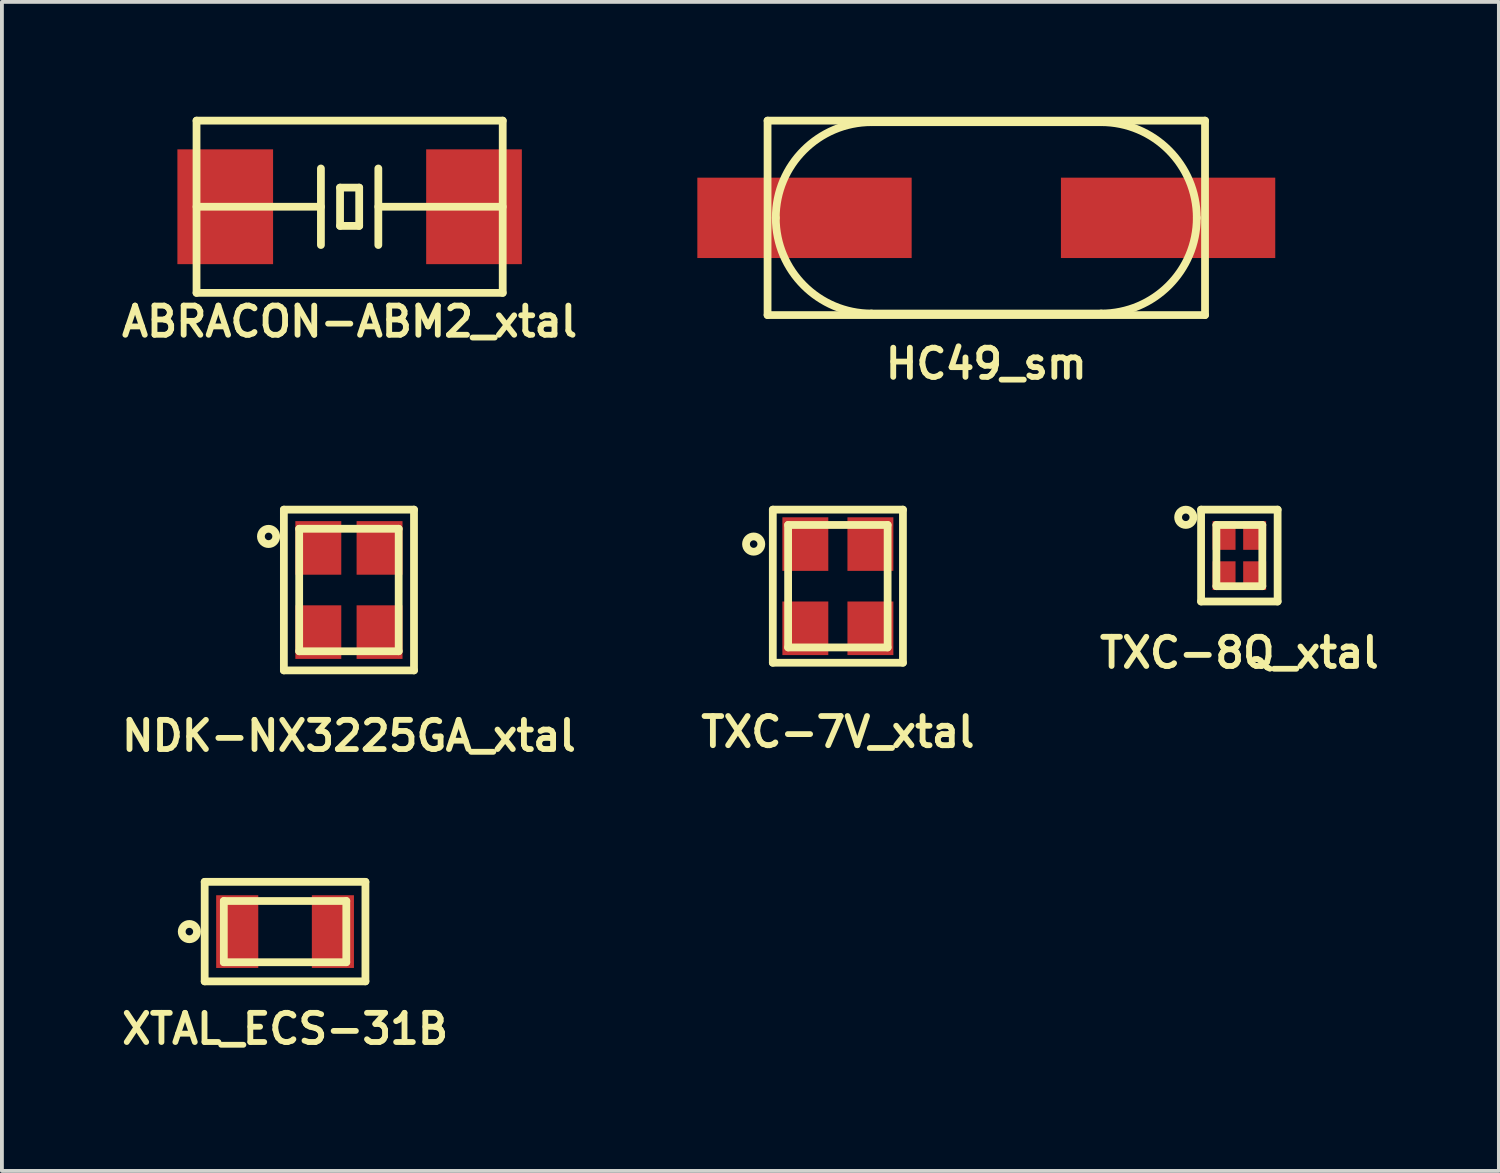
<source format=kicad_pcb>
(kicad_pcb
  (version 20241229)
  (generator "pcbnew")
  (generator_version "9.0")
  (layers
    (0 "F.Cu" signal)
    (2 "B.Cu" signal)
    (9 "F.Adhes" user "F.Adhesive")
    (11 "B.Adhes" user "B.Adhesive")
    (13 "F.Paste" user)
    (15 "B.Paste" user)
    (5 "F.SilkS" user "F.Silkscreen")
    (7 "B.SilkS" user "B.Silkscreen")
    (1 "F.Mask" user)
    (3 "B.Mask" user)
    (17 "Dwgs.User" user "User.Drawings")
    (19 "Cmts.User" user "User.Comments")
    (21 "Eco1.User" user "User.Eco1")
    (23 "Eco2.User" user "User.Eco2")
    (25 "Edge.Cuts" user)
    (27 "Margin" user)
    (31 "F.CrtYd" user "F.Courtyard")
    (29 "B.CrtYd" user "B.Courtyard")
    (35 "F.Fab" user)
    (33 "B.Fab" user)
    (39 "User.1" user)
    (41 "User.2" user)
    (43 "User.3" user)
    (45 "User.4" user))
  (footprint "NDK-NX3225GA_xtal"
    (layer "F.Cu")
    (at 6.067 12.366)
    (property "Reference" "NDK-NX3225GA_xtal" (at 0 3.81 0) (layer "F.SilkS") (effects (font (size 0.762 0.762) (thickness 0.152))))
    (attr smd)
    (fp_line (start -1.7 -2.1) (end -1.7 2.1) (stroke (width 0.203) (type solid)) (layer "F.SilkS"))
    (fp_line (start -1.7 2.1) (end 1.7 2.1) (stroke (width 0.203) (type solid)) (layer "F.SilkS"))
    (fp_line (start -1.3 -1.6) (end -1.3 1.6) (stroke (width 0.203) (type solid)) (layer "F.SilkS"))
    (fp_line (start -1.3 1.6) (end 1.3 1.6) (stroke (width 0.203) (type solid)) (layer "F.SilkS"))
    (fp_line (start 1.3 -1.6) (end -1.3 -1.6) (stroke (width 0.203) (type solid)) (layer "F.SilkS"))
    (fp_line (start 1.3 1.6) (end 1.3 -1.6) (stroke (width 0.203) (type solid)) (layer "F.SilkS"))
    (fp_line (start 1.7 -2.1) (end -1.7 -2.1) (stroke (width 0.203) (type solid)) (layer "F.SilkS"))
    (fp_line (start 1.7 2.1) (end 1.7 -2.1) (stroke (width 0.203) (type solid)) (layer "F.SilkS"))
    (fp_circle (center -2.1 -1.4) (end -1.9 -1.4) (stroke (width 0.203) (type solid)) (fill no) (layer "F.SilkS"))
    (pad "" smd rect (at -0.8 1.1 90) (size 1.4 1.2) (layers "F.Cu" "F.Mask" "F.Paste"))
    (pad "" smd rect (at 0.8 -1.1 90) (size 1.4 1.2) (layers "F.Cu" "F.Mask" "F.Paste"))
    (pad "1" smd rect (at -0.8 -1.1 90) (size 1.4 1.2) (layers "F.Cu" "F.Mask" "F.Paste"))
    (pad "2" smd rect (at 0.8 1.1 90) (size 1.4 1.2) (layers "F.Cu" "F.Mask" "F.Paste")))
  (footprint "HC49_sm"
    (layer "F.Cu")
    (at 22.72 2.642)
    (property "Reference" "HC49_sm" (at 0 3.81 0) (layer "F.SilkS") (effects (font (size 0.762 0.762) (thickness 0.152))))
    (attr smd)
    (fp_line (start -5.715 -2.54) (end 5.715 -2.54) (stroke (width 0.203) (type solid)) (layer "F.SilkS"))
    (fp_line (start -5.715 2.54) (end -5.715 -2.54) (stroke (width 0.203) (type solid)) (layer "F.SilkS"))
    (fp_line (start -3 -2.5) (end 3 -2.5) (stroke (width 0.203) (type solid)) (layer "F.SilkS"))
    (fp_line (start 3 2.5) (end -3 2.5) (stroke (width 0.203) (type solid)) (layer "F.SilkS"))
    (fp_line (start 5.715 -2.54) (end 5.715 2.54) (stroke (width 0.203) (type solid)) (layer "F.SilkS"))
    (fp_line (start 5.715 2.54) (end -5.715 2.54) (stroke (width 0.203) (type solid)) (layer "F.SilkS"))
    (fp_arc (start -5.5 0) (mid -4.767767 -1.767767) (end -3 -2.5) (stroke (width 0.2032) (type solid)) (layer "F.SilkS"))
    (fp_arc (start -3 2.5) (mid -4.767767 1.767767) (end -5.5 0) (stroke (width 0.2032) (type solid)) (layer "F.SilkS"))
    (fp_arc (start 3 -2.5) (mid 4.767767 -1.767767) (end 5.5 0) (stroke (width 0.2032) (type solid)) (layer "F.SilkS"))
    (fp_arc (start 5.5 0) (mid 4.767767 1.767767) (end 3 2.5) (stroke (width 0.2032) (type solid)) (layer "F.SilkS"))
    (pad "1" smd rect (at -4.75 0) (size 5.6 2.1) (layers "F.Cu" "F.Mask" "F.Paste"))
    (pad "2" smd rect (at 4.75 0) (size 5.6 2.1) (layers "F.Cu" "F.Mask" "F.Paste")))
  (footprint "ABRACON-ABM2_xtal"
    (layer "F.Cu")
    (at 6.085 2.352)
    (property "Reference" "ABRACON-ABM2_xtal" (at 0 3 0) (layer "F.SilkS") (effects (font (size 0.762 0.762) (thickness 0.152))))
    (attr smd)
    (fp_line (start -4 -2.25) (end -4 2.25) (stroke (width 0.203) (type solid)) (layer "F.SilkS"))
    (fp_line (start -4 2.25) (end 4 2.25) (stroke (width 0.203) (type solid)) (layer "F.SilkS"))
    (fp_line (start -0.75 -1) (end -0.75 1) (stroke (width 0.203) (type solid)) (layer "F.SilkS"))
    (fp_line (start -0.75 0) (end -4 0) (stroke (width 0.203) (type solid)) (layer "F.SilkS"))
    (fp_line (start -0.25 -0.5) (end -0.25 0.5) (stroke (width 0.203) (type solid)) (layer "F.SilkS"))
    (fp_line (start -0.25 0.5) (end 0.25 0.5) (stroke (width 0.203) (type solid)) (layer "F.SilkS"))
    (fp_line (start 0.25 -0.5) (end -0.25 -0.5) (stroke (width 0.203) (type solid)) (layer "F.SilkS"))
    (fp_line (start 0.25 0.5) (end 0.25 -0.5) (stroke (width 0.203) (type solid)) (layer "F.SilkS"))
    (fp_line (start 0.75 -1) (end 0.75 1) (stroke (width 0.203) (type solid)) (layer "F.SilkS"))
    (fp_line (start 0.75 0) (end 4 0) (stroke (width 0.203) (type solid)) (layer "F.SilkS"))
    (fp_line (start 4 -2.25) (end -4 -2.25) (stroke (width 0.203) (type solid)) (layer "F.SilkS"))
    (fp_line (start 4 2.25) (end 4 -2.25) (stroke (width 0.203) (type solid)) (layer "F.SilkS"))
    (pad "1" smd rect (at -3.25 0) (size 2.5 3) (layers "F.Cu" "F.Mask" "F.Paste"))
    (pad "2" smd rect (at 3.25 0) (size 2.5 3) (layers "F.Cu" "F.Mask" "F.Paste")))
  (footprint "TXC-8Q_xtal"
    (layer "F.Cu")
    (at 29.332 11.466)
    (property "Reference" "TXC-8Q_xtal" (at 0 2.54 0) (layer "F.SilkS") (effects (font (size 0.762 0.762) (thickness 0.152))))
    (attr smd)
    (fp_line (start -1 -1.2) (end -1 1.2) (stroke (width 0.203) (type solid)) (layer "F.SilkS"))
    (fp_line (start -1 1.2) (end 1 1.2) (stroke (width 0.203) (type solid)) (layer "F.SilkS"))
    (fp_line (start -0.6 -0.8) (end -0.6 0.8) (stroke (width 0.203) (type solid)) (layer "F.SilkS"))
    (fp_line (start -0.6 0.8) (end 0.6 0.8) (stroke (width 0.203) (type solid)) (layer "F.SilkS"))
    (fp_line (start 0.6 -0.8) (end -0.6 -0.8) (stroke (width 0.203) (type solid)) (layer "F.SilkS"))
    (fp_line (start 0.6 0.8) (end 0.6 -0.8) (stroke (width 0.203) (type solid)) (layer "F.SilkS"))
    (fp_line (start 1 -1.2) (end -1 -1.2) (stroke (width 0.203) (type solid)) (layer "F.SilkS"))
    (fp_line (start 1 1.2) (end 1 -1.2) (stroke (width 0.203) (type solid)) (layer "F.SilkS"))
    (fp_circle (center -1.4 -1) (end -1.2 -1) (stroke (width 0.203) (type solid)) (fill no) (layer "F.SilkS"))
    (pad "" smd rect (at -0.4 0.525 90) (size 0.75 0.6) (layers "F.Cu" "F.Mask" "F.Paste"))
    (pad "" smd rect (at 0.4 -0.525 90) (size 0.75 0.6) (layers "F.Cu" "F.Mask" "F.Paste"))
    (pad "1" smd rect (at -0.4 -0.525 90) (size 0.75 0.6) (layers "F.Cu" "F.Mask" "F.Paste"))
    (pad "2" smd rect (at 0.4 0.525 90) (size 0.75 0.6) (layers "F.Cu" "F.Mask" "F.Paste")))
  (footprint "XTAL_ECS-31B"
    (layer "F.Cu")
    (at 4.398 21.291)
    (property "Reference" "XTAL_ECS-31B" (at 0 2.54 0) (layer "F.SilkS") (effects (font (size 0.762 0.762) (thickness 0.152))))
    (attr smd)
    (fp_line (start -2.1 -1.3) (end -2.1 1.3) (stroke (width 0.203) (type solid)) (layer "F.SilkS"))
    (fp_line (start -2.1 1.3) (end 2.1 1.3) (stroke (width 0.203) (type solid)) (layer "F.SilkS"))
    (fp_line (start -1.6 -0.8) (end 1.6 -0.8) (stroke (width 0.203) (type solid)) (layer "F.SilkS"))
    (fp_line (start -1.6 0.8) (end -1.6 -0.8) (stroke (width 0.203) (type solid)) (layer "F.SilkS"))
    (fp_line (start 1.6 -0.8) (end 1.6 0.8) (stroke (width 0.203) (type solid)) (layer "F.SilkS"))
    (fp_line (start 1.6 0.8) (end -1.6 0.8) (stroke (width 0.203) (type solid)) (layer "F.SilkS"))
    (fp_line (start 2.1 -1.3) (end -2.1 -1.3) (stroke (width 0.203) (type solid)) (layer "F.SilkS"))
    (fp_line (start 2.1 1.3) (end 2.1 -1.3) (stroke (width 0.203) (type solid)) (layer "F.SilkS"))
    (fp_circle (center -2.5 0) (end -2.3 0) (stroke (width 0.203) (type solid)) (fill no) (layer "F.SilkS"))
    (pad "1" smd rect (at -1.25 0 90) (size 1.9 1.1) (layers "F.Cu" "F.Mask" "F.Paste"))
    (pad "2" smd rect (at 1.25 0 90) (size 1.9 1.1) (layers "F.Cu" "F.Mask" "F.Paste")))
  (footprint "TXC-7V_xtal"
    (layer "F.Cu")
    (at 18.842 12.266)
    (property "Reference" "TXC-7V_xtal" (at 0 3.81 0) (layer "F.SilkS") (effects (font (size 0.762 0.762) (thickness 0.152))))
    (attr smd)
    (fp_line (start -1.7 -2) (end -1.7 2) (stroke (width 0.203) (type solid)) (layer "F.SilkS"))
    (fp_line (start -1.7 2) (end 1.7 2) (stroke (width 0.203) (type solid)) (layer "F.SilkS"))
    (fp_line (start -1.3 -1.6) (end -1.3 1.6) (stroke (width 0.203) (type solid)) (layer "F.SilkS"))
    (fp_line (start -1.3 1.6) (end 1.3 1.6) (stroke (width 0.203) (type solid)) (layer "F.SilkS"))
    (fp_line (start 1.3 -1.6) (end -1.3 -1.6) (stroke (width 0.203) (type solid)) (layer "F.SilkS"))
    (fp_line (start 1.3 1.6) (end 1.3 -1.6) (stroke (width 0.203) (type solid)) (layer "F.SilkS"))
    (fp_line (start 1.7 -2) (end -1.7 -2) (stroke (width 0.203) (type solid)) (layer "F.SilkS"))
    (fp_line (start 1.7 2) (end 1.7 -2) (stroke (width 0.203) (type solid)) (layer "F.SilkS"))
    (fp_circle (center -2.2 -1.1) (end -2 -1.1) (stroke (width 0.203) (type solid)) (fill no) (layer "F.SilkS"))
    (pad "" smd rect (at -0.85 1.1 90) (size 1.4 1.2) (layers "F.Cu" "F.Mask" "F.Paste"))
    (pad "" smd rect (at 0.85 -1.1 90) (size 1.4 1.2) (layers "F.Cu" "F.Mask" "F.Paste"))
    (pad "1" smd rect (at -0.85 -1.1 90) (size 1.4 1.2) (layers "F.Cu" "F.Mask" "F.Paste"))
    (pad "2" smd rect (at 0.85 1.1 90) (size 1.4 1.2) (layers "F.Cu" "F.Mask" "F.Paste")))
  (gr_rect
    (start -3 -3)
    (end 36.113 27.544)
    (stroke (width 0.1) (type default))
    (fill no)
    (layer "Edge.Cuts")))
</source>
